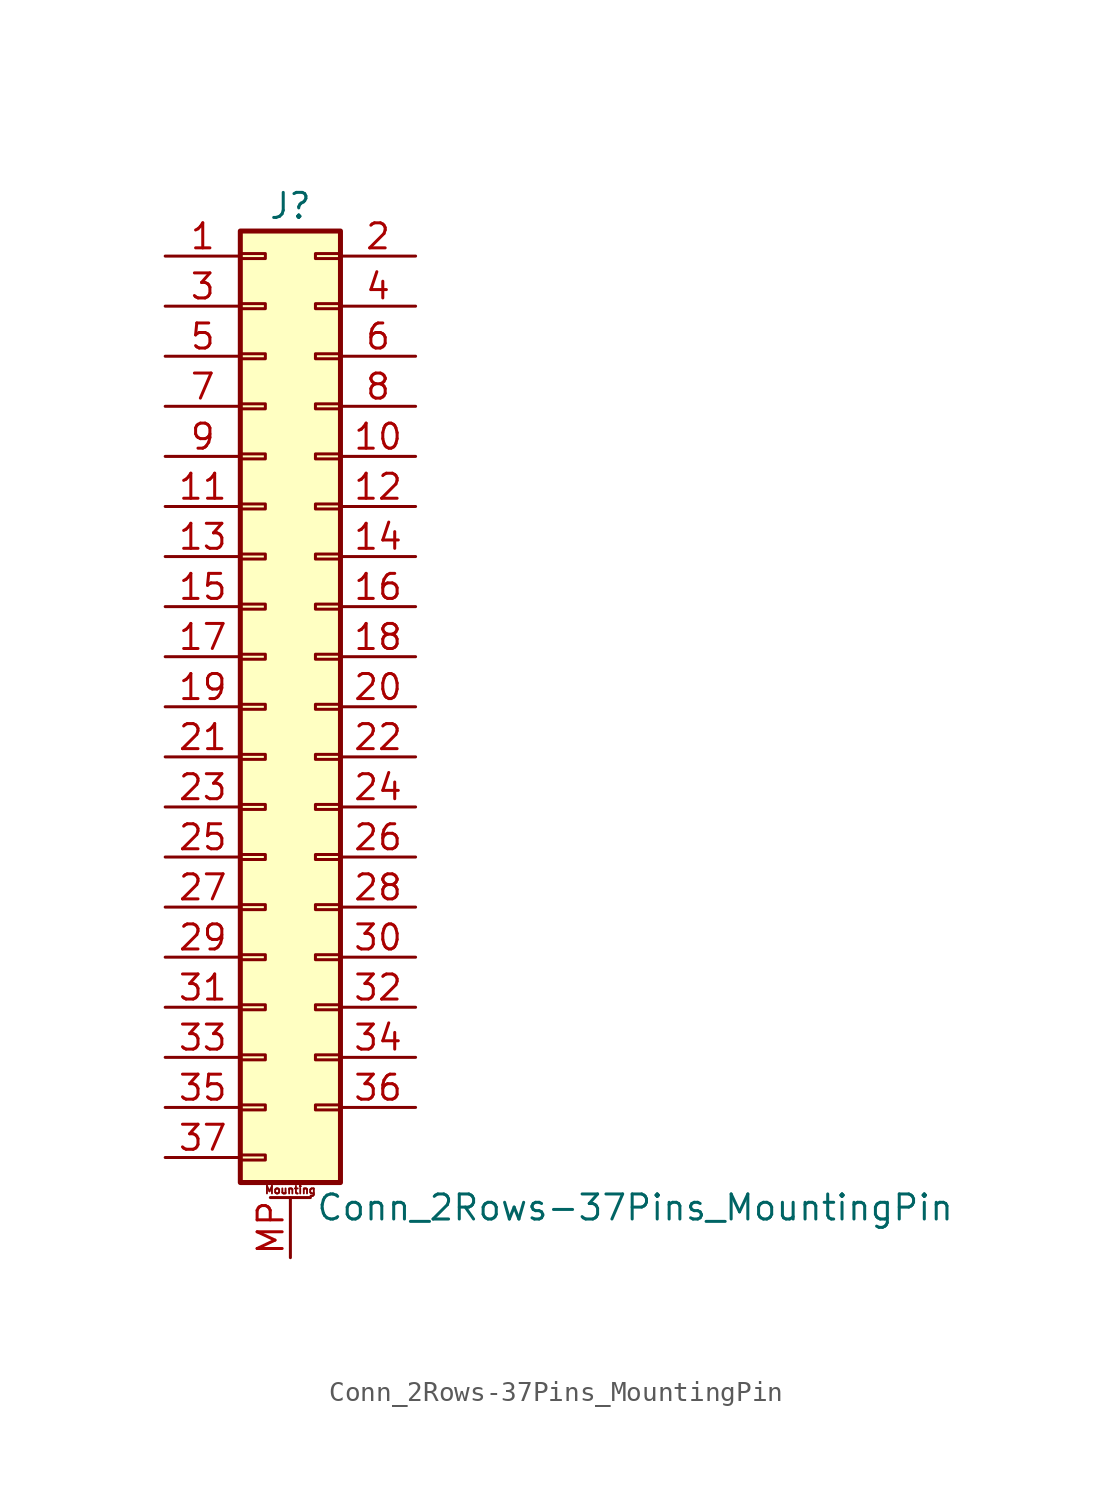
<source format=kicad_sym>
(kicad_symbol_lib
  (version 20211014)
  (generator kicad_symbol_editor)
  (symbol "Conn_2Rows-37Pins_MountingPin"
    (pin_names
      (offset 1.016) hide)
    (property "Reference" "J"
      (at 1.27 25.4 0)
      (effects (font (size 1.27 1.27))))
    (property "Value" "Conn_2Rows-37Pins_MountingPin"
      (at 2.54 -25.4 0)
      (effects (font (size 1.27 1.27)) (justify left)))
    (symbol "Conn_2Rows-37Pins_MountingPin_1_1"
      (rectangle (start -1.27 -22.733) (end 0 -22.987) (stroke (width 0.152) (type default) (color 0 0 0 0)) (fill (type none)))
      (rectangle (start -1.27 -20.193) (end 0 -20.447) (stroke (width 0.152) (type default) (color 0 0 0 0)) (fill (type none)))
      (rectangle (start -1.27 -17.653) (end 0 -17.907) (stroke (width 0.152) (type default) (color 0 0 0 0)) (fill (type none)))
      (rectangle (start -1.27 -15.113) (end 0 -15.367) (stroke (width 0.152) (type default) (color 0 0 0 0)) (fill (type none)))
      (rectangle (start -1.27 -12.573) (end 0 -12.827) (stroke (width 0.152) (type default) (color 0 0 0 0)) (fill (type none)))
      (rectangle (start -1.27 -10.033) (end 0 -10.287) (stroke (width 0.152) (type default) (color 0 0 0 0)) (fill (type none)))
      (rectangle (start -1.27 -7.493) (end 0 -7.747) (stroke (width 0.152) (type default) (color 0 0 0 0)) (fill (type none)))
      (rectangle (start -1.27 -4.953) (end 0 -5.207) (stroke (width 0.152) (type default) (color 0 0 0 0)) (fill (type none)))
      (rectangle (start -1.27 -2.413) (end 0 -2.667) (stroke (width 0.152) (type default) (color 0 0 0 0)) (fill (type none)))
      (rectangle (start -1.27 0.127) (end 0 -0.127) (stroke (width 0.152) (type default) (color 0 0 0 0)) (fill (type none)))
      (rectangle (start -1.27 2.667) (end 0 2.413) (stroke (width 0.152) (type default) (color 0 0 0 0)) (fill (type none)))
      (rectangle (start -1.27 5.207) (end 0 4.953) (stroke (width 0.152) (type default) (color 0 0 0 0)) (fill (type none)))
      (rectangle (start -1.27 7.747) (end 0 7.493) (stroke (width 0.152) (type default) (color 0 0 0 0)) (fill (type none)))
      (rectangle (start -1.27 10.287) (end 0 10.033) (stroke (width 0.152) (type default) (color 0 0 0 0)) (fill (type none)))
      (rectangle (start -1.27 12.827) (end 0 12.573) (stroke (width 0.152) (type default) (color 0 0 0 0)) (fill (type none)))
      (rectangle (start -1.27 15.367) (end 0 15.113) (stroke (width 0.152) (type default) (color 0 0 0 0)) (fill (type none)))
      (rectangle (start -1.27 17.907) (end 0 17.653) (stroke (width 0.152) (type default) (color 0 0 0 0)) (fill (type none)))
      (rectangle (start -1.27 20.447) (end 0 20.193) (stroke (width 0.152) (type default) (color 0 0 0 0)) (fill (type none)))
      (rectangle (start -1.27 22.987) (end 0 22.733) (stroke (width 0.152) (type default) (color 0 0 0 0)) (fill (type none)))
      (rectangle (start -1.27 24.13) (end 3.81 -24.13) (stroke (width 0.254) (type default) (color 0 0 0 0)) (fill (type background)))
      (polyline (pts (xy 0.254 -24.892) (xy 2.286 -24.892)) (stroke (width 0.152) (type default) (color 0 0 0 0)) (fill (type none)))
      (rectangle (start 3.81 -20.193) (end 2.54 -20.447) (stroke (width 0.152) (type default) (color 0 0 0 0)) (fill (type none)))
      (rectangle (start 3.81 -17.653) (end 2.54 -17.907) (stroke (width 0.152) (type default) (color 0 0 0 0)) (fill (type none)))
      (rectangle (start 3.81 -15.113) (end 2.54 -15.367) (stroke (width 0.152) (type default) (color 0 0 0 0)) (fill (type none)))
      (rectangle (start 3.81 -12.573) (end 2.54 -12.827) (stroke (width 0.152) (type default) (color 0 0 0 0)) (fill (type none)))
      (rectangle (start 3.81 -10.033) (end 2.54 -10.287) (stroke (width 0.152) (type default) (color 0 0 0 0)) (fill (type none)))
      (rectangle (start 3.81 -7.493) (end 2.54 -7.747) (stroke (width 0.152) (type default) (color 0 0 0 0)) (fill (type none)))
      (rectangle (start 3.81 -4.953) (end 2.54 -5.207) (stroke (width 0.152) (type default) (color 0 0 0 0)) (fill (type none)))
      (rectangle (start 3.81 -2.413) (end 2.54 -2.667) (stroke (width 0.152) (type default) (color 0 0 0 0)) (fill (type none)))
      (rectangle (start 3.81 0.127) (end 2.54 -0.127) (stroke (width 0.152) (type default) (color 0 0 0 0)) (fill (type none)))
      (rectangle (start 3.81 2.667) (end 2.54 2.413) (stroke (width 0.152) (type default) (color 0 0 0 0)) (fill (type none)))
      (rectangle (start 3.81 5.207) (end 2.54 4.953) (stroke (width 0.152) (type default) (color 0 0 0 0)) (fill (type none)))
      (rectangle (start 3.81 7.747) (end 2.54 7.493) (stroke (width 0.152) (type default) (color 0 0 0 0)) (fill (type none)))
      (rectangle (start 3.81 10.287) (end 2.54 10.033) (stroke (width 0.152) (type default) (color 0 0 0 0)) (fill (type none)))
      (rectangle (start 3.81 12.827) (end 2.54 12.573) (stroke (width 0.152) (type default) (color 0 0 0 0)) (fill (type none)))
      (rectangle (start 3.81 15.367) (end 2.54 15.113) (stroke (width 0.152) (type default) (color 0 0 0 0)) (fill (type none)))
      (rectangle (start 3.81 17.907) (end 2.54 17.653) (stroke (width 0.152) (type default) (color 0 0 0 0)) (fill (type none)))
      (rectangle (start 3.81 20.447) (end 2.54 20.193) (stroke (width 0.152) (type default) (color 0 0 0 0)) (fill (type none)))
      (rectangle (start 3.81 22.987) (end 2.54 22.733) (stroke (width 0.152) (type default) (color 0 0 0 0)) (fill (type none)))
      (text "Mounting" (at 1.27 -24.511 0) (effects (font (size 0.381 0.381))))
      (pin passive line (at -5.08 22.86 0) (length 3.81) (name "Pin_1" (effects (font (size 1.27 1.27)))) (number "1" (effects (font (size 1.27 1.27)))))
      (pin passive line (at 7.62 12.7 180) (length 3.81) (name "Pin_10" (effects (font (size 1.27 1.27)))) (number "10" (effects (font (size 1.27 1.27)))))
      (pin passive line (at -5.08 10.16 0) (length 3.81) (name "Pin_11" (effects (font (size 1.27 1.27)))) (number "11" (effects (font (size 1.27 1.27)))))
      (pin passive line (at 7.62 10.16 180) (length 3.81) (name "Pin_12" (effects (font (size 1.27 1.27)))) (number "12" (effects (font (size 1.27 1.27)))))
      (pin passive line (at -5.08 7.62 0) (length 3.81) (name "Pin_13" (effects (font (size 1.27 1.27)))) (number "13" (effects (font (size 1.27 1.27)))))
      (pin passive line (at 7.62 7.62 180) (length 3.81) (name "Pin_14" (effects (font (size 1.27 1.27)))) (number "14" (effects (font (size 1.27 1.27)))))
      (pin passive line (at -5.08 5.08 0) (length 3.81) (name "Pin_15" (effects (font (size 1.27 1.27)))) (number "15" (effects (font (size 1.27 1.27)))))
      (pin passive line (at 7.62 5.08 180) (length 3.81) (name "Pin_16" (effects (font (size 1.27 1.27)))) (number "16" (effects (font (size 1.27 1.27)))))
      (pin passive line (at -5.08 2.54 0) (length 3.81) (name "Pin_17" (effects (font (size 1.27 1.27)))) (number "17" (effects (font (size 1.27 1.27)))))
      (pin passive line (at 7.62 2.54 180) (length 3.81) (name "Pin_18" (effects (font (size 1.27 1.27)))) (number "18" (effects (font (size 1.27 1.27)))))
      (pin passive line (at -5.08 0 0) (length 3.81) (name "Pin_19" (effects (font (size 1.27 1.27)))) (number "19" (effects (font (size 1.27 1.27)))))
      (pin passive line (at 7.62 22.86 180) (length 3.81) (name "Pin_2" (effects (font (size 1.27 1.27)))) (number "2" (effects (font (size 1.27 1.27)))))
      (pin passive line (at 7.62 0 180) (length 3.81) (name "Pin_20" (effects (font (size 1.27 1.27)))) (number "20" (effects (font (size 1.27 1.27)))))
      (pin passive line (at -5.08 -2.54 0) (length 3.81) (name "Pin_21" (effects (font (size 1.27 1.27)))) (number "21" (effects (font (size 1.27 1.27)))))
      (pin passive line (at 7.62 -2.54 180) (length 3.81) (name "Pin_22" (effects (font (size 1.27 1.27)))) (number "22" (effects (font (size 1.27 1.27)))))
      (pin passive line (at -5.08 -5.08 0) (length 3.81) (name "Pin_23" (effects (font (size 1.27 1.27)))) (number "23" (effects (font (size 1.27 1.27)))))
      (pin passive line (at 7.62 -5.08 180) (length 3.81) (name "Pin_24" (effects (font (size 1.27 1.27)))) (number "24" (effects (font (size 1.27 1.27)))))
      (pin passive line (at -5.08 -7.62 0) (length 3.81) (name "Pin_25" (effects (font (size 1.27 1.27)))) (number "25" (effects (font (size 1.27 1.27)))))
      (pin passive line (at 7.62 -7.62 180) (length 3.81) (name "Pin_26" (effects (font (size 1.27 1.27)))) (number "26" (effects (font (size 1.27 1.27)))))
      (pin passive line (at -5.08 -10.16 0) (length 3.81) (name "Pin_27" (effects (font (size 1.27 1.27)))) (number "27" (effects (font (size 1.27 1.27)))))
      (pin passive line (at 7.62 -10.16 180) (length 3.81) (name "Pin_28" (effects (font (size 1.27 1.27)))) (number "28" (effects (font (size 1.27 1.27)))))
      (pin passive line (at -5.08 -12.7 0) (length 3.81) (name "Pin_29" (effects (font (size 1.27 1.27)))) (number "29" (effects (font (size 1.27 1.27)))))
      (pin passive line (at -5.08 20.32 0) (length 3.81) (name "Pin_3" (effects (font (size 1.27 1.27)))) (number "3" (effects (font (size 1.27 1.27)))))
      (pin passive line (at 7.62 -12.7 180) (length 3.81) (name "Pin_30" (effects (font (size 1.27 1.27)))) (number "30" (effects (font (size 1.27 1.27)))))
      (pin passive line (at -5.08 -15.24 0) (length 3.81) (name "Pin_31" (effects (font (size 1.27 1.27)))) (number "31" (effects (font (size 1.27 1.27)))))
      (pin passive line (at 7.62 -15.24 180) (length 3.81) (name "Pin_32" (effects (font (size 1.27 1.27)))) (number "32" (effects (font (size 1.27 1.27)))))
      (pin passive line (at -5.08 -17.78 0) (length 3.81) (name "Pin_33" (effects (font (size 1.27 1.27)))) (number "33" (effects (font (size 1.27 1.27)))))
      (pin passive line (at 7.62 -17.78 180) (length 3.81) (name "Pin_34" (effects (font (size 1.27 1.27)))) (number "34" (effects (font (size 1.27 1.27)))))
      (pin passive line (at -5.08 -20.32 0) (length 3.81) (name "Pin_35" (effects (font (size 1.27 1.27)))) (number "35" (effects (font (size 1.27 1.27)))))
      (pin passive line (at 7.62 -20.32 180) (length 3.81) (name "Pin_36" (effects (font (size 1.27 1.27)))) (number "36" (effects (font (size 1.27 1.27)))))
      (pin passive line (at -5.08 -22.86 0) (length 3.81) (name "Pin_37" (effects (font (size 1.27 1.27)))) (number "37" (effects (font (size 1.27 1.27)))))
      (pin passive line (at 7.62 20.32 180) (length 3.81) (name "Pin_4" (effects (font (size 1.27 1.27)))) (number "4" (effects (font (size 1.27 1.27)))))
      (pin passive line (at -5.08 17.78 0) (length 3.81) (name "Pin_5" (effects (font (size 1.27 1.27)))) (number "5" (effects (font (size 1.27 1.27)))))
      (pin passive line (at 7.62 17.78 180) (length 3.81) (name "Pin_6" (effects (font (size 1.27 1.27)))) (number "6" (effects (font (size 1.27 1.27)))))
      (pin passive line (at -5.08 15.24 0) (length 3.81) (name "Pin_7" (effects (font (size 1.27 1.27)))) (number "7" (effects (font (size 1.27 1.27)))))
      (pin passive line (at 7.62 15.24 180) (length 3.81) (name "Pin_8" (effects (font (size 1.27 1.27)))) (number "8" (effects (font (size 1.27 1.27)))))
      (pin passive line (at -5.08 12.7 0) (length 3.81) (name "Pin_9" (effects (font (size 1.27 1.27)))) (number "9" (effects (font (size 1.27 1.27)))))
      (pin passive line (at 1.27 -27.94 90) (length 3.048) (name "MountPin" (effects (font (size 1.27 1.27)))) (number "MP" (effects (font (size 1.27 1.27))))))))
</source>
